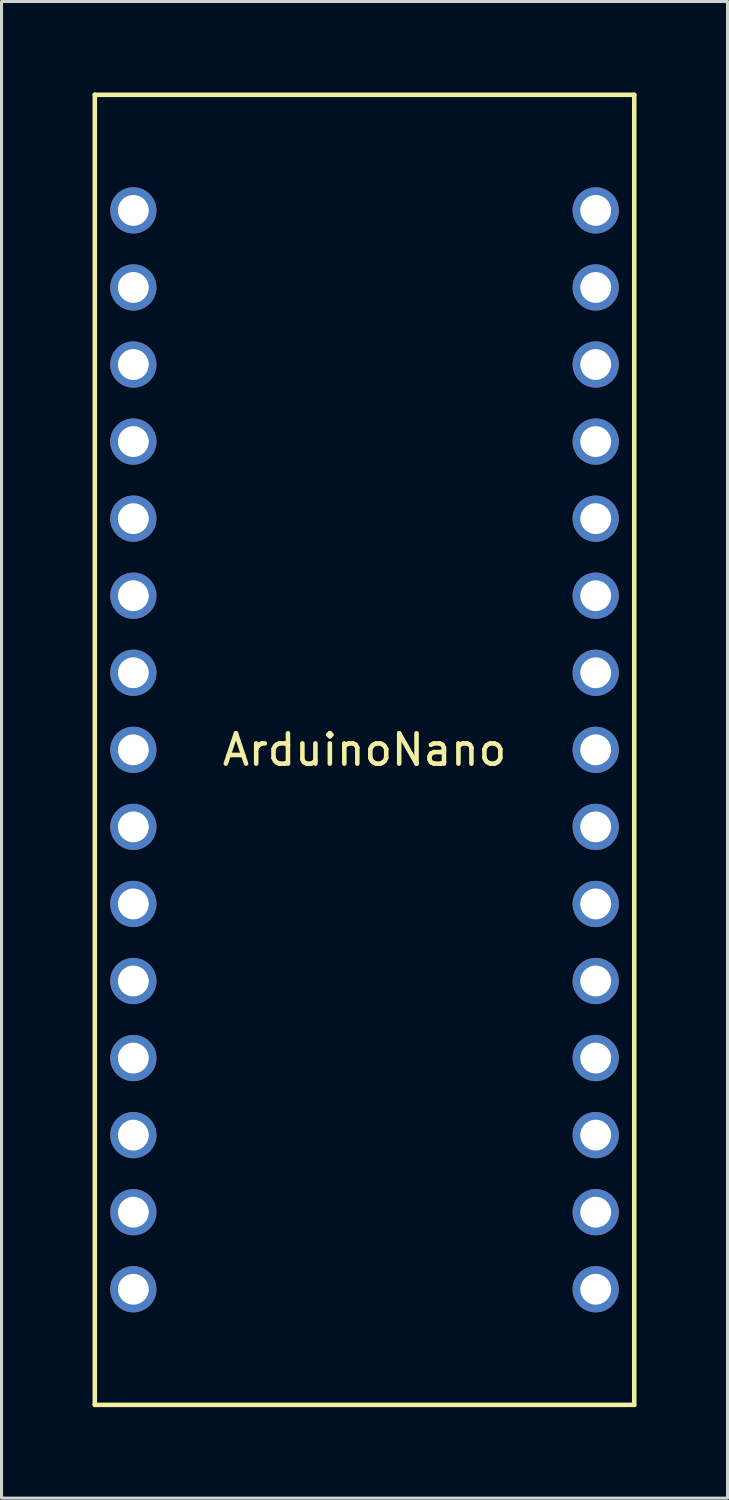
<source format=kicad_pcb>
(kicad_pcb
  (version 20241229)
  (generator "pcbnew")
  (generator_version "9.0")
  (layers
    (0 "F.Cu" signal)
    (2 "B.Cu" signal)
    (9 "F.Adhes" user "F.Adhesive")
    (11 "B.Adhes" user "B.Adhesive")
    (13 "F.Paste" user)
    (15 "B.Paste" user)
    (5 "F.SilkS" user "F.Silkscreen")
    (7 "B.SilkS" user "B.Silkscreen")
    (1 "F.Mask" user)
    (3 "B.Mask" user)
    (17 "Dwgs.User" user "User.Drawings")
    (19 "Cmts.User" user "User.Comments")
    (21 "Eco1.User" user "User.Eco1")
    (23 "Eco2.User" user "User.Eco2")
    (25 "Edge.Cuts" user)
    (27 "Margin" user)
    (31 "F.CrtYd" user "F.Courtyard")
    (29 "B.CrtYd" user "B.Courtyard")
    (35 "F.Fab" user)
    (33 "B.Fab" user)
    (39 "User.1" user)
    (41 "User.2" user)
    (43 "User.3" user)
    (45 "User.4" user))
  (footprint "ArduinoNano"
    (layer "F.Cu")
    (at 8.965 21.665)
    (property "Reference" "ArduinoNano" (at 0 0 0) (layer "F.SilkS") (effects (font (size 1 1) (thickness 0.15))))
    (attr through_hole)
    (fp_line (start -8.89 -21.59) (end 8.89 -21.59) (stroke (width 0.15) (type solid)) (layer "F.SilkS"))
    (fp_line (start -8.89 21.59) (end -8.89 -21.59) (stroke (width 0.15) (type solid)) (layer "F.SilkS"))
    (fp_line (start 8.89 -21.59) (end 8.89 21.59) (stroke (width 0.15) (type solid)) (layer "F.SilkS"))
    (fp_line (start 8.89 21.59) (end -8.89 21.59) (stroke (width 0.15) (type solid)) (layer "F.SilkS"))
    (pad "1" thru_hole circle (at -7.62 -17.78) (size 1.524 1.524) (drill 1.016) (layers "*.Cu" "*.Mask"))
    (pad "2" thru_hole circle (at -7.62 -15.24) (size 1.524 1.524) (drill 1.016) (layers "*.Cu" "*.Mask"))
    (pad "3" thru_hole circle (at -7.62 -12.7) (size 1.524 1.524) (drill 1.016) (layers "*.Cu" "*.Mask"))
    (pad "4" thru_hole circle (at -7.62 -10.16) (size 1.524 1.524) (drill 1.016) (layers "*.Cu" "*.Mask"))
    (pad "5" thru_hole circle (at -7.62 -7.62) (size 1.524 1.524) (drill 1.016) (layers "*.Cu" "*.Mask"))
    (pad "6" thru_hole circle (at -7.62 -5.08) (size 1.524 1.524) (drill 1.016) (layers "*.Cu" "*.Mask"))
    (pad "7" thru_hole circle (at -7.62 -2.54) (size 1.524 1.524) (drill 1.016) (layers "*.Cu" "*.Mask"))
    (pad "8" thru_hole circle (at -7.62 0) (size 1.524 1.524) (drill 1.016) (layers "*.Cu" "*.Mask"))
    (pad "9" thru_hole circle (at -7.62 2.54) (size 1.524 1.524) (drill 1.016) (layers "*.Cu" "*.Mask"))
    (pad "10" thru_hole circle (at -7.62 5.08) (size 1.524 1.524) (drill 1.016) (layers "*.Cu" "*.Mask"))
    (pad "11" thru_hole circle (at -7.62 7.62) (size 1.524 1.524) (drill 1.016) (layers "*.Cu" "*.Mask"))
    (pad "12" thru_hole circle (at -7.62 10.16) (size 1.524 1.524) (drill 1.016) (layers "*.Cu" "*.Mask"))
    (pad "13" thru_hole circle (at -7.62 12.7) (size 1.524 1.524) (drill 1.016) (layers "*.Cu" "*.Mask"))
    (pad "14" thru_hole circle (at -7.62 15.24) (size 1.524 1.524) (drill 1.016) (layers "*.Cu" "*.Mask"))
    (pad "15" thru_hole circle (at -7.62 17.78) (size 1.524 1.524) (drill 1.016) (layers "*.Cu" "*.Mask"))
    (pad "16" thru_hole circle (at 7.62 17.78) (size 1.524 1.524) (drill 1.016) (layers "*.Cu" "*.Mask"))
    (pad "17" thru_hole circle (at 7.62 15.24) (size 1.524 1.524) (drill 1.016) (layers "*.Cu" "*.Mask"))
    (pad "18" thru_hole circle (at 7.62 12.7) (size 1.524 1.524) (drill 1.016) (layers "*.Cu" "*.Mask"))
    (pad "19" thru_hole circle (at 7.62 10.16) (size 1.524 1.524) (drill 1.016) (layers "*.Cu" "*.Mask"))
    (pad "20" thru_hole circle (at 7.62 7.62) (size 1.524 1.524) (drill 1.016) (layers "*.Cu" "*.Mask"))
    (pad "21" thru_hole circle (at 7.62 5.08) (size 1.524 1.524) (drill 1.016) (layers "*.Cu" "*.Mask"))
    (pad "22" thru_hole circle (at 7.62 2.54) (size 1.524 1.524) (drill 1.016) (layers "*.Cu" "*.Mask"))
    (pad "23" thru_hole circle (at 7.62 0) (size 1.524 1.524) (drill 1.016) (layers "*.Cu" "*.Mask"))
    (pad "24" thru_hole circle (at 7.62 -2.54) (size 1.524 1.524) (drill 1.016) (layers "*.Cu" "*.Mask"))
    (pad "25" thru_hole circle (at 7.62 -5.08) (size 1.524 1.524) (drill 1.016) (layers "*.Cu" "*.Mask"))
    (pad "26" thru_hole circle (at 7.62 -7.62) (size 1.524 1.524) (drill 1.016) (layers "*.Cu" "*.Mask"))
    (pad "27" thru_hole circle (at 7.62 -10.16) (size 1.524 1.524) (drill 1.016) (layers "*.Cu" "*.Mask"))
    (pad "28" thru_hole circle (at 7.62 -12.7) (size 1.524 1.524) (drill 1.016) (layers "*.Cu" "*.Mask"))
    (pad "29" thru_hole circle (at 7.62 -15.24) (size 1.524 1.524) (drill 1.016) (layers "*.Cu" "*.Mask"))
    (pad "30" thru_hole circle (at 7.62 -17.78) (size 1.524 1.524) (drill 1.016) (layers "*.Cu" "*.Mask")))
  (gr_rect
    (start -3 -3)
    (end 20.93 46.33)
    (stroke (width 0.1) (type default))
    (fill no)
    (layer "Edge.Cuts")))
</source>
